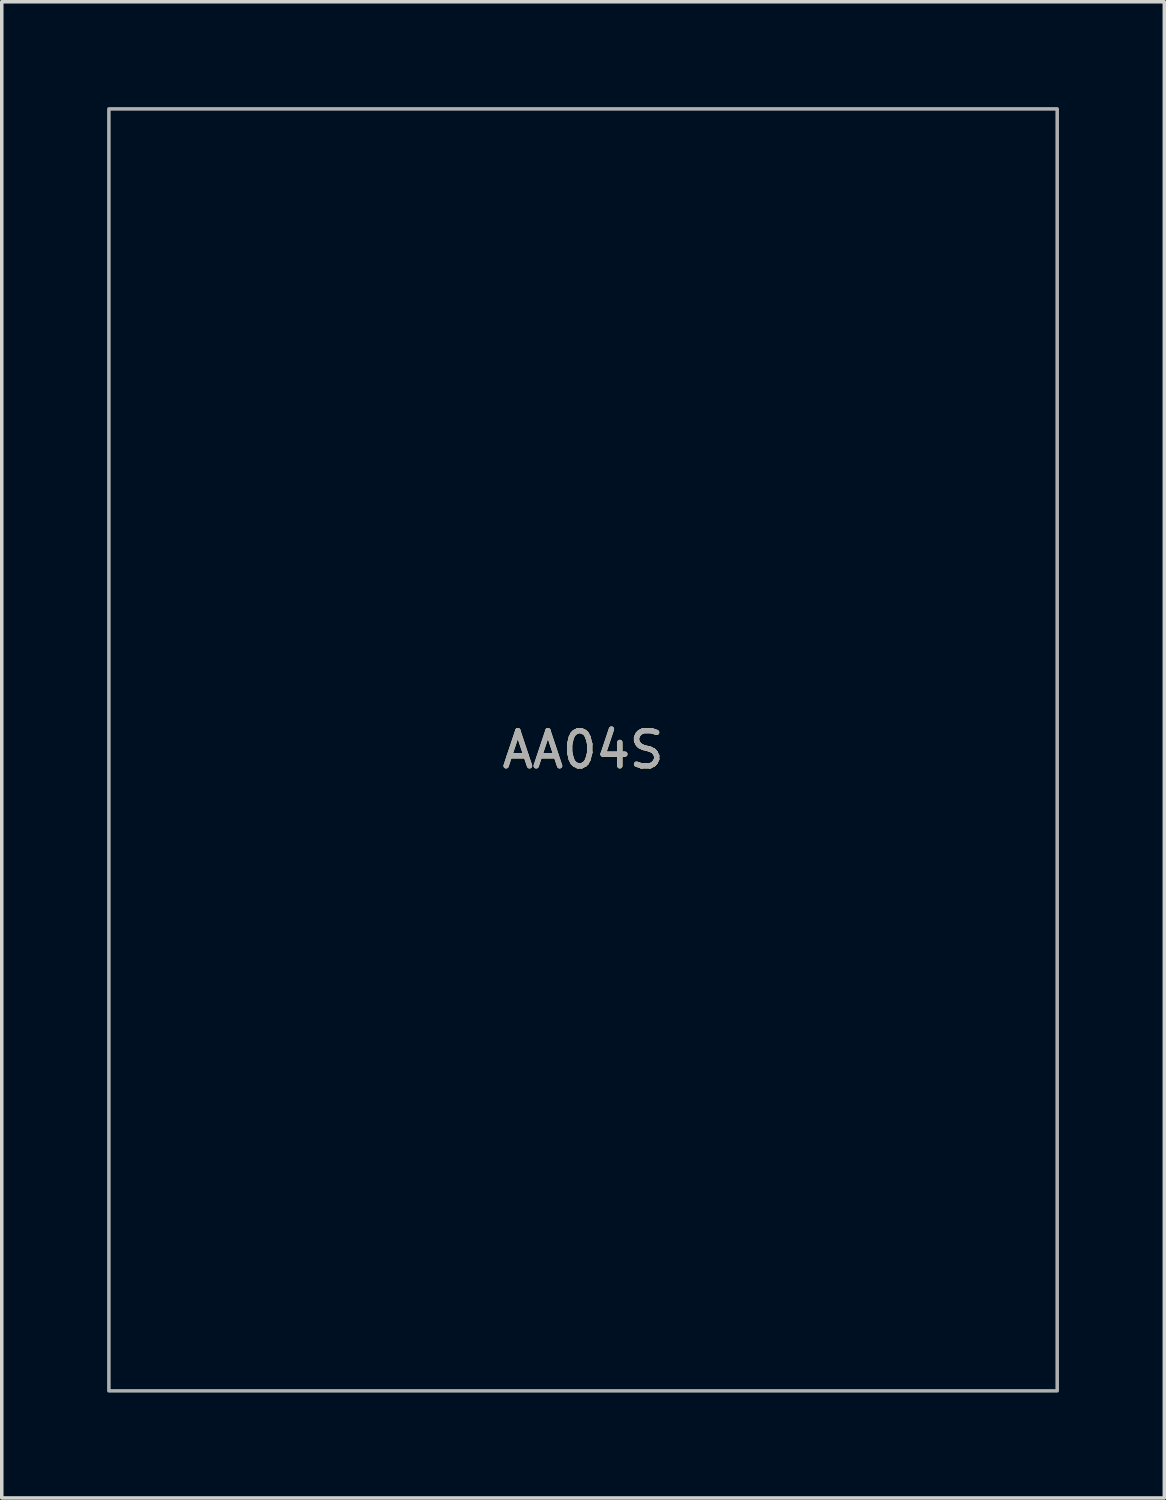
<source format=kicad_pcb>
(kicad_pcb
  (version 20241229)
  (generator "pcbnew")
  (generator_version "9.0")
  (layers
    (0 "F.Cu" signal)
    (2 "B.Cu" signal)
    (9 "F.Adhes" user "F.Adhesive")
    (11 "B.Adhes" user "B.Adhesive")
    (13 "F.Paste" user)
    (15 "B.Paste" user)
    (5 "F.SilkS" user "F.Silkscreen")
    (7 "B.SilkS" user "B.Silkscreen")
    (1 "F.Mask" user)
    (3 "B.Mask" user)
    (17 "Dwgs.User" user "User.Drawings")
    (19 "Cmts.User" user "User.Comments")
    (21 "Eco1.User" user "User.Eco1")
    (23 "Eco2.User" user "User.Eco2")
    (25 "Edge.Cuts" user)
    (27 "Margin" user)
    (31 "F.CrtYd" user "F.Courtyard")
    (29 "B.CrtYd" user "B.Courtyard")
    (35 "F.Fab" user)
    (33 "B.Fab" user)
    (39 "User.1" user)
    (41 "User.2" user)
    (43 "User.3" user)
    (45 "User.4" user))
  (footprint "AA04S"
    (layer "F.Cu")
    (at 13.55 18.3)
    (property "Reference" "AA04S" (at 0 0 0) (unlocked yes) (layer "F.SilkS") (effects (font (size 1 1) (thickness 0.15))))
    (attr through_hole)
    (fp_rect (start -13.5 -18.25) (end 13.5 18.25) (stroke (width 0.1) (type default)) (fill no) (layer "F.Fab"))
    (fp_text user "${REFERENCE}" (at 0 0 0) (unlocked yes) (layer "F.Fab") (effects (font (size 1 1) (thickness 0.15)))))
  (gr_rect
    (start -3 -3)
    (end 30.1 39.6)
    (stroke (width 0.1) (type default))
    (fill no)
    (layer "Edge.Cuts")))
</source>
